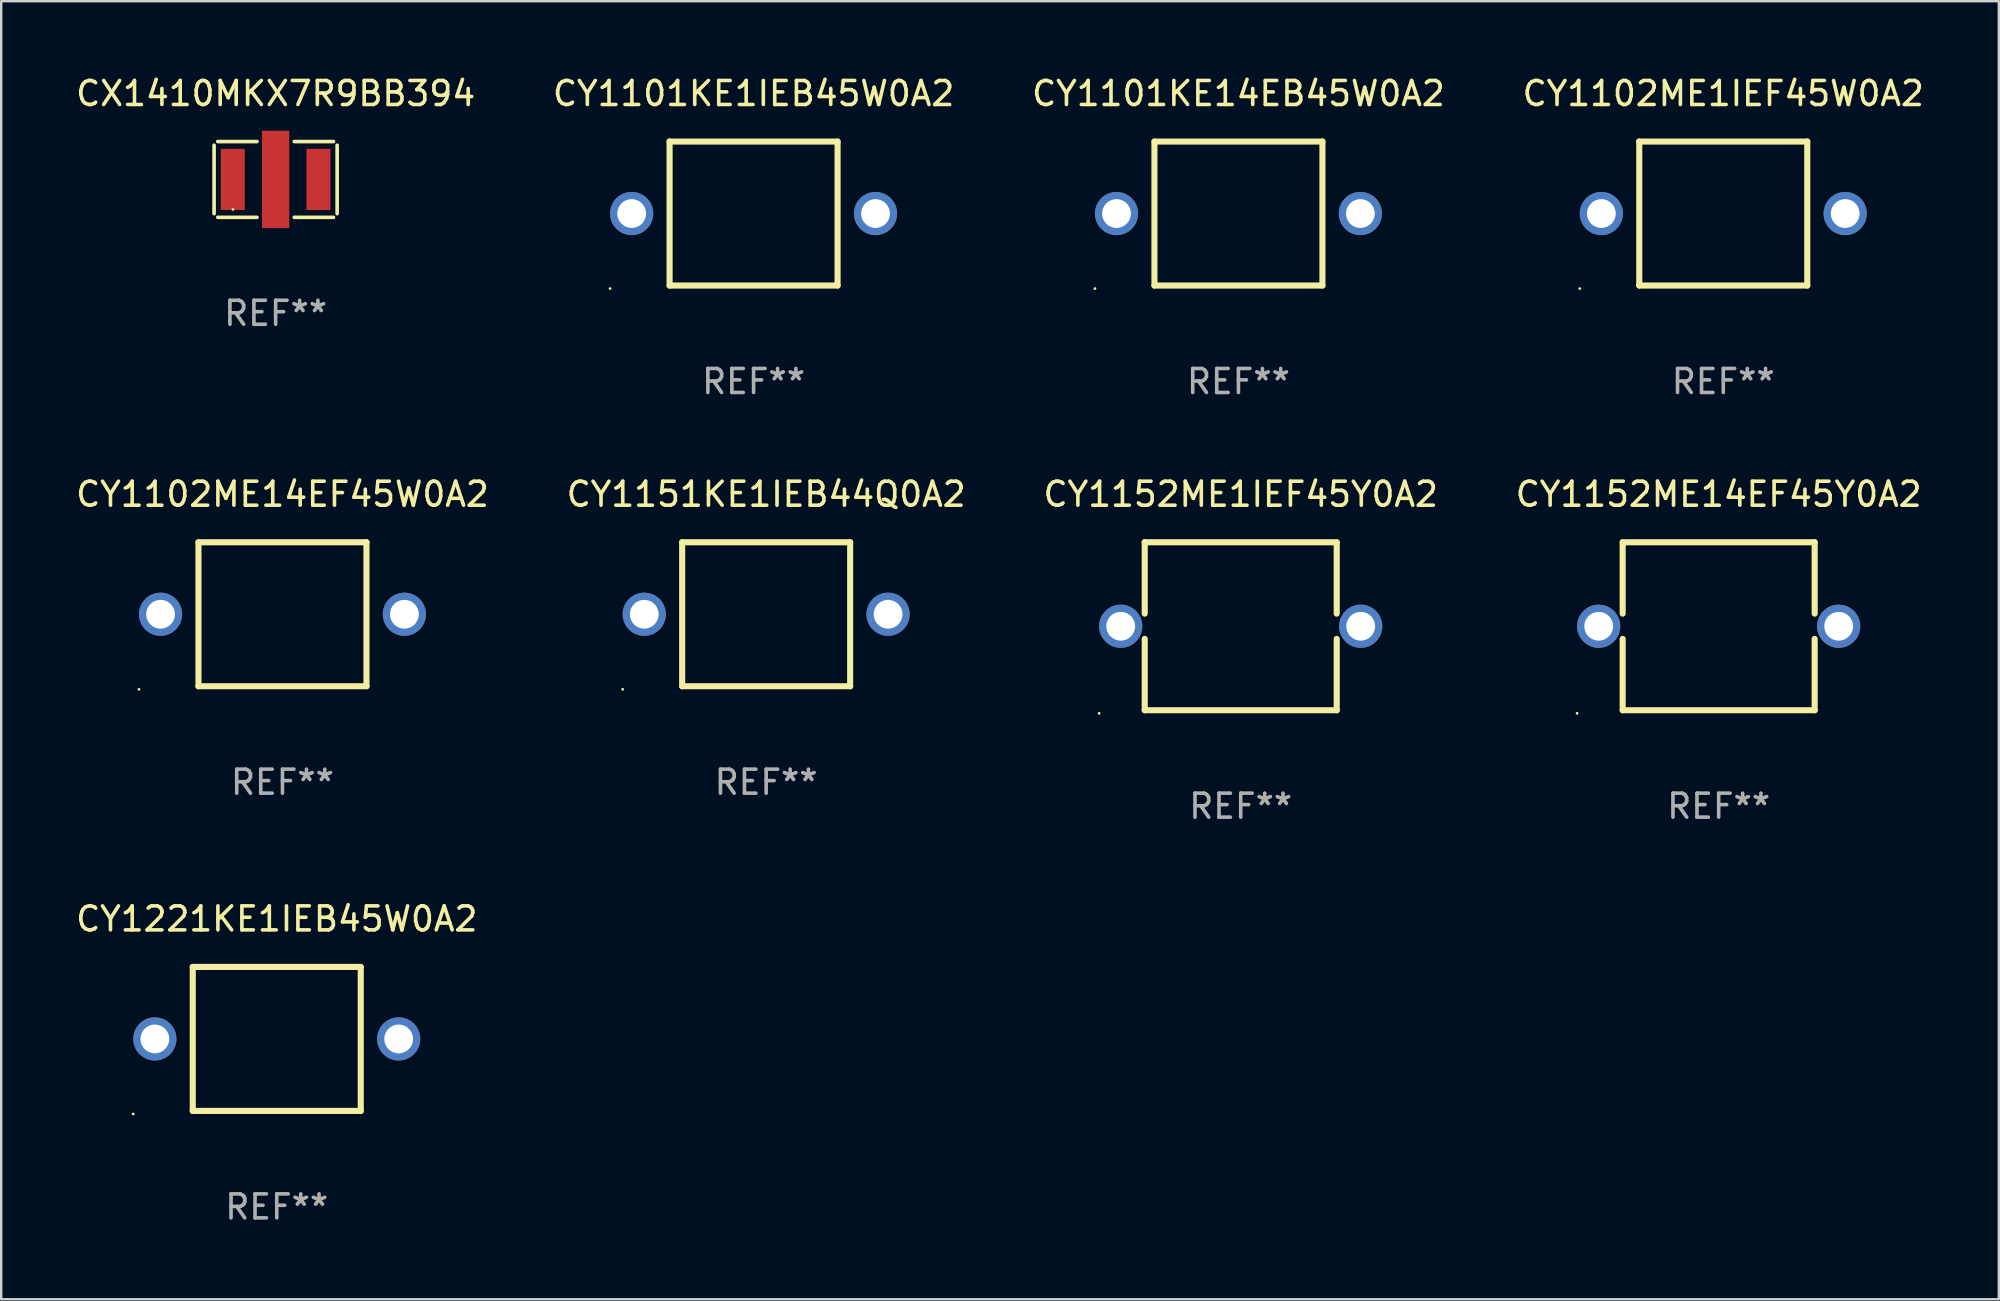
<source format=kicad_pcb>
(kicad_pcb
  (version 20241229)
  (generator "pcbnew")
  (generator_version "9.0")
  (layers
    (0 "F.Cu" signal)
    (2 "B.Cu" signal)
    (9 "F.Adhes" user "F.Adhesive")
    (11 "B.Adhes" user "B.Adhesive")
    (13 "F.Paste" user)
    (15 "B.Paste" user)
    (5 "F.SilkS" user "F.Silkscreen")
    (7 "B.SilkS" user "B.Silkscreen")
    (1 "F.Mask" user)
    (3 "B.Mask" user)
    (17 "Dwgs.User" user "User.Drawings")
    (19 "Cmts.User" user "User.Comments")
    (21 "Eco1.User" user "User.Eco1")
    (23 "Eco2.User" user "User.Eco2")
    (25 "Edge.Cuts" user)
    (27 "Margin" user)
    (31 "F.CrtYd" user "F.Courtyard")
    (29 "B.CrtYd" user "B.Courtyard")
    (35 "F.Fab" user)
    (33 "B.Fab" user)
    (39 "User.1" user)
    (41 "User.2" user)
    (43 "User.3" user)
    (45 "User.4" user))
  (footprint "CY1152ME14EF45Y0A2"
    (layer "F.Cu")
    (at 68.565 23.045)
    (property "Reference" "CY1152ME14EF45Y0A2" (at 0 -5.5 0) (layer "F.SilkS") (effects (font (size 1 1) (thickness 0.15))))
    (attr through_hole)
    (fp_line (start -4 -3.5) (end -4 -0.526) (stroke (width 0.254) (type solid)) (layer "F.SilkS"))
    (fp_line (start -4 -3.5) (end 4 -3.5) (stroke (width 0.254) (type solid)) (layer "F.SilkS"))
    (fp_line (start -4 0.526) (end -4 3.5) (stroke (width 0.254) (type solid)) (layer "F.SilkS"))
    (fp_line (start 4 -3.5) (end 4 -0.526) (stroke (width 0.254) (type solid)) (layer "F.SilkS"))
    (fp_line (start 4 0.526) (end 4 3.5) (stroke (width 0.254) (type solid)) (layer "F.SilkS"))
    (fp_line (start 4 3.5) (end -4 3.5) (stroke (width 0.254) (type solid)) (layer "F.SilkS"))
    (fp_circle (center -5.9 3.627) (end -5.87 3.627) (stroke (width 0.06) (type solid)) (fill no) (layer "F.SilkS"))
    (fp_text user "REF**" (at 0 7.5 0) (layer "F.Fab") (effects (font (size 1 1) (thickness 0.15))))
    (pad "1" thru_hole circle (at -5 0) (size 1.8 1.8) (drill 1.2) (layers "*.Cu" "*.Mask"))
    (pad "2" thru_hole circle (at 5 0) (size 1.8 1.8) (drill 1.2) (layers "*.Cu" "*.Mask")))
  (footprint "CY1102ME1IEF45W0A2"
    (layer "F.Cu")
    (at 68.756 5.848)
    (property "Reference" "CY1102ME1IEF45W0A2" (at 0 -5 0) (layer "F.SilkS") (effects (font (size 1 1) (thickness 0.15))))
    (attr through_hole)
    (fp_line (start -3.5 -3) (end 3.5 -3) (stroke (width 0.254) (type solid)) (layer "F.SilkS"))
    (fp_line (start -3.5 3) (end -3.5 -3) (stroke (width 0.254) (type solid)) (layer "F.SilkS"))
    (fp_line (start 3.5 -3) (end 3.5 3) (stroke (width 0.254) (type solid)) (layer "F.SilkS"))
    (fp_line (start 3.5 3) (end -3.5 3) (stroke (width 0.254) (type solid)) (layer "F.SilkS"))
    (fp_circle (center -5.98 3.127) (end -5.95 3.127) (stroke (width 0.06) (type solid)) (fill no) (layer "F.SilkS"))
    (fp_text user "REF**" (at 0 7 0) (layer "F.Fab") (effects (font (size 1 1) (thickness 0.15))))
    (pad "1" thru_hole circle (at -5.08 0) (size 1.8 1.8) (drill 1.2) (layers "*.Cu" "*.Mask"))
    (pad "2" thru_hole circle (at 5.08 0) (size 1.8 1.8) (drill 1.2) (layers "*.Cu" "*.Mask")))
  (footprint "CY1101KE14EB45W0A2"
    (layer "F.Cu")
    (at 48.554 5.848)
    (property "Reference" "CY1101KE14EB45W0A2" (at 0 -5 0) (layer "F.SilkS") (effects (font (size 1 1) (thickness 0.15))))
    (attr through_hole)
    (fp_line (start -3.5 -3) (end 3.5 -3) (stroke (width 0.254) (type solid)) (layer "F.SilkS"))
    (fp_line (start -3.5 3) (end -3.5 -3) (stroke (width 0.254) (type solid)) (layer "F.SilkS"))
    (fp_line (start 3.5 -3) (end 3.5 3) (stroke (width 0.254) (type solid)) (layer "F.SilkS"))
    (fp_line (start 3.5 3) (end -3.5 3) (stroke (width 0.254) (type solid)) (layer "F.SilkS"))
    (fp_circle (center -5.98 3.127) (end -5.95 3.127) (stroke (width 0.06) (type solid)) (fill no) (layer "F.SilkS"))
    (fp_text user "REF**" (at 0 7 0) (layer "F.Fab") (effects (font (size 1 1) (thickness 0.15))))
    (pad "1" thru_hole circle (at -5.08 0) (size 1.8 1.8) (drill 1.2) (layers "*.Cu" "*.Mask"))
    (pad "2" thru_hole circle (at 5.08 0) (size 1.8 1.8) (drill 1.2) (layers "*.Cu" "*.Mask")))
  (footprint "CY1151KE1IEB44Q0A2"
    (layer "F.Cu")
    (at 28.875 22.545)
    (property "Reference" "CY1151KE1IEB44Q0A2" (at 0 -5 0) (layer "F.SilkS") (effects (font (size 1 1) (thickness 0.15))))
    (attr through_hole)
    (fp_line (start -3.5 -3) (end 3.5 -3) (stroke (width 0.254) (type solid)) (layer "F.SilkS"))
    (fp_line (start -3.5 3) (end -3.5 -3) (stroke (width 0.254) (type solid)) (layer "F.SilkS"))
    (fp_line (start 3.5 -3) (end 3.5 3) (stroke (width 0.254) (type solid)) (layer "F.SilkS"))
    (fp_line (start 3.5 3) (end -3.5 3) (stroke (width 0.254) (type solid)) (layer "F.SilkS"))
    (fp_circle (center -5.98 3.127) (end -5.95 3.127) (stroke (width 0.06) (type solid)) (fill no) (layer "F.SilkS"))
    (fp_text user "REF**" (at 0 7 0) (layer "F.Fab") (effects (font (size 1 1) (thickness 0.15))))
    (pad "1" thru_hole circle (at -5.08 0) (size 1.8 1.8) (drill 1.2) (layers "*.Cu" "*.Mask"))
    (pad "2" thru_hole circle (at 5.08 0) (size 1.8 1.8) (drill 1.2) (layers "*.Cu" "*.Mask")))
  (footprint "CY1152ME1IEF45Y0A2"
    (layer "F.Cu")
    (at 48.649 23.045)
    (property "Reference" "CY1152ME1IEF45Y0A2" (at 0 -5.5 0) (layer "F.SilkS") (effects (font (size 1 1) (thickness 0.15))))
    (attr through_hole)
    (fp_line (start -4 -3.5) (end -4 -0.526) (stroke (width 0.254) (type solid)) (layer "F.SilkS"))
    (fp_line (start -4 -3.5) (end 4 -3.5) (stroke (width 0.254) (type solid)) (layer "F.SilkS"))
    (fp_line (start -4 0.526) (end -4 3.5) (stroke (width 0.254) (type solid)) (layer "F.SilkS"))
    (fp_line (start 4 -3.5) (end 4 -0.526) (stroke (width 0.254) (type solid)) (layer "F.SilkS"))
    (fp_line (start 4 0.526) (end 4 3.5) (stroke (width 0.254) (type solid)) (layer "F.SilkS"))
    (fp_line (start 4 3.5) (end -4 3.5) (stroke (width 0.254) (type solid)) (layer "F.SilkS"))
    (fp_circle (center -5.9 3.627) (end -5.87 3.627) (stroke (width 0.06) (type solid)) (fill no) (layer "F.SilkS"))
    (fp_text user "REF**" (at 0 7.5 0) (layer "F.Fab") (effects (font (size 1 1) (thickness 0.15))))
    (pad "1" thru_hole circle (at -5 0) (size 1.8 1.8) (drill 1.2) (layers "*.Cu" "*.Mask"))
    (pad "2" thru_hole circle (at 5 0) (size 1.8 1.8) (drill 1.2) (layers "*.Cu" "*.Mask")))
  (footprint "CY1101KE1IEB45W0A2"
    (layer "F.Cu")
    (at 28.351 5.848)
    (property "Reference" "CY1101KE1IEB45W0A2" (at 0 -5 0) (layer "F.SilkS") (effects (font (size 1 1) (thickness 0.15))))
    (attr through_hole)
    (fp_line (start -3.5 -3) (end 3.5 -3) (stroke (width 0.254) (type solid)) (layer "F.SilkS"))
    (fp_line (start -3.5 3) (end -3.5 -3) (stroke (width 0.254) (type solid)) (layer "F.SilkS"))
    (fp_line (start 3.5 -3) (end 3.5 3) (stroke (width 0.254) (type solid)) (layer "F.SilkS"))
    (fp_line (start 3.5 3) (end -3.5 3) (stroke (width 0.254) (type solid)) (layer "F.SilkS"))
    (fp_circle (center -5.98 3.127) (end -5.95 3.127) (stroke (width 0.06) (type solid)) (fill no) (layer "F.SilkS"))
    (fp_text user "REF**" (at 0 7 0) (layer "F.Fab") (effects (font (size 1 1) (thickness 0.15))))
    (pad "1" thru_hole circle (at -5.08 0) (size 1.8 1.8) (drill 1.2) (layers "*.Cu" "*.Mask"))
    (pad "2" thru_hole circle (at 5.08 0) (size 1.8 1.8) (drill 1.2) (layers "*.Cu" "*.Mask")))
  (footprint "CX1410MKX7R9BB394"
    (layer "F.Cu")
    (at 8.435 4.427)
    (property "Reference" "CX1410MKX7R9BB394" (at 0 -3.579 0) (layer "F.SilkS") (effects (font (size 1 1) (thickness 0.15))))
    (attr through_hole)
    (fp_line (start -2.564 1.426) (end -2.564 -1.426) (stroke (width 0.152) (type solid)) (layer "F.SilkS"))
    (fp_line (start -2.411 -1.579) (end -0.776 -1.579) (stroke (width 0.152) (type solid)) (layer "F.SilkS"))
    (fp_line (start -0.776 1.579) (end -2.411 1.579) (stroke (width 0.152) (type solid)) (layer "F.SilkS"))
    (fp_line (start 0.776 1.579) (end 2.411 1.579) (stroke (width 0.152) (type solid)) (layer "F.SilkS"))
    (fp_line (start 2.411 -1.579) (end 0.776 -1.579) (stroke (width 0.152) (type solid)) (layer "F.SilkS"))
    (fp_line (start 2.564 1.426) (end 2.564 -1.426) (stroke (width 0.152) (type solid)) (layer "F.SilkS"))
    (fp_circle (center -1.78 1.25) (end -1.75 1.25) (stroke (width 0.06) (type solid)) (fill no) (layer "F.SilkS"))
    (fp_text user "REF**" (at 0 5.579 0) (layer "F.Fab") (effects (font (size 1 1) (thickness 0.15))))
    (pad "1" smd rect (at -1.785 0.000127) (size 1 2.55) (layers "F.Cu" "F.Mask" "F.Paste"))
    (pad "2" smd rect (at 0.000102 0.000127) (size 1.14 4.06) (layers "F.Cu" "F.Mask" "F.Paste"))
    (pad "3" smd rect (at 1.785 0.000127) (size 1 2.55) (layers "F.Cu" "F.Mask" "F.Paste")))
  (footprint "CY1102ME14EF45W0A2"
    (layer "F.Cu")
    (at 8.72 22.545)
    (property "Reference" "CY1102ME14EF45W0A2" (at 0 -5 0) (layer "F.SilkS") (effects (font (size 1 1) (thickness 0.15))))
    (attr through_hole)
    (fp_line (start -3.5 -3) (end 3.5 -3) (stroke (width 0.254) (type solid)) (layer "F.SilkS"))
    (fp_line (start -3.5 3) (end -3.5 -3) (stroke (width 0.254) (type solid)) (layer "F.SilkS"))
    (fp_line (start 3.5 -3) (end 3.5 3) (stroke (width 0.254) (type solid)) (layer "F.SilkS"))
    (fp_line (start 3.5 3) (end -3.5 3) (stroke (width 0.254) (type solid)) (layer "F.SilkS"))
    (fp_circle (center -5.98 3.127) (end -5.95 3.127) (stroke (width 0.06) (type solid)) (fill no) (layer "F.SilkS"))
    (fp_text user "REF**" (at 0 7 0) (layer "F.Fab") (effects (font (size 1 1) (thickness 0.15))))
    (pad "1" thru_hole circle (at -5.08 0) (size 1.8 1.8) (drill 1.2) (layers "*.Cu" "*.Mask"))
    (pad "2" thru_hole circle (at 5.08 0) (size 1.8 1.8) (drill 1.2) (layers "*.Cu" "*.Mask")))
  (footprint "CY1221KE1IEB45W0A2"
    (layer "F.Cu")
    (at 8.482 40.241)
    (property "Reference" "CY1221KE1IEB45W0A2" (at 0 -5 0) (layer "F.SilkS") (effects (font (size 1 1) (thickness 0.15))))
    (attr through_hole)
    (fp_line (start -3.5 -3) (end 3.5 -3) (stroke (width 0.254) (type solid)) (layer "F.SilkS"))
    (fp_line (start -3.5 3) (end -3.5 -3) (stroke (width 0.254) (type solid)) (layer "F.SilkS"))
    (fp_line (start 3.5 -3) (end 3.5 3) (stroke (width 0.254) (type solid)) (layer "F.SilkS"))
    (fp_line (start 3.5 3) (end -3.5 3) (stroke (width 0.254) (type solid)) (layer "F.SilkS"))
    (fp_circle (center -5.98 3.127) (end -5.95 3.127) (stroke (width 0.06) (type solid)) (fill no) (layer "F.SilkS"))
    (fp_text user "REF**" (at 0 7 0) (layer "F.Fab") (effects (font (size 1 1) (thickness 0.15))))
    (pad "1" thru_hole circle (at -5.08 0) (size 1.8 1.8) (drill 1.2) (layers "*.Cu" "*.Mask"))
    (pad "2" thru_hole circle (at 5.08 0) (size 1.8 1.8) (drill 1.2) (layers "*.Cu" "*.Mask")))
  (gr_rect
    (start -3 -3)
    (end 80.238 51.09)
    (stroke (width 0.1) (type default))
    (fill no)
    (layer "Edge.Cuts")))
</source>
